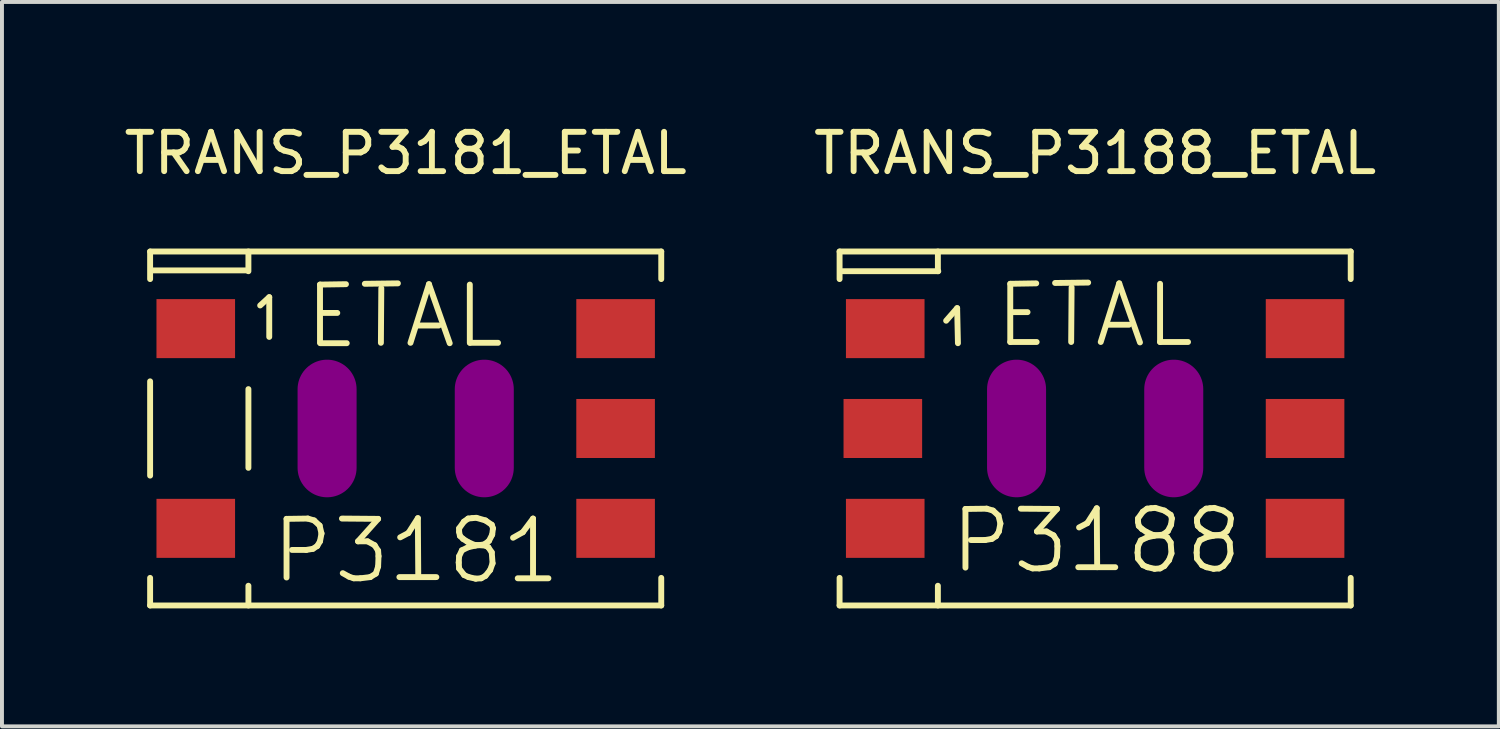
<source format=kicad_pcb>
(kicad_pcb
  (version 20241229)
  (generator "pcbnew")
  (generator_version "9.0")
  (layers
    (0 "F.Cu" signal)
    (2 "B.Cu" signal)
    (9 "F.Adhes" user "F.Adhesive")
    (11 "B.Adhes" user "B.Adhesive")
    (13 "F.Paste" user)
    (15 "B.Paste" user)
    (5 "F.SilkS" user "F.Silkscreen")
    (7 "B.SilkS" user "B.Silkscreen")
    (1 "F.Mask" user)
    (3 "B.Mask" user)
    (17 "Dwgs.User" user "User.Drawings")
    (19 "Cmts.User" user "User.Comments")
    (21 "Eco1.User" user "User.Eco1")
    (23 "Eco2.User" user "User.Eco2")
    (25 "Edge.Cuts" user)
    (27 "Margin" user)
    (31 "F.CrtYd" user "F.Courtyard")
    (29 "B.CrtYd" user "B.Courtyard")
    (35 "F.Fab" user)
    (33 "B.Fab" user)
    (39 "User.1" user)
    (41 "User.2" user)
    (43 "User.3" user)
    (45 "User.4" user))
  (footprint "TRANS_P3188_ETAL"
    (layer "F.Cu")
    (at 24.804 7.848)
    (property "Reference" "TRANS_P3188_ETAL" (at 0 -7 0) (layer "F.SilkS") (effects (font (size 1 1) (thickness 0.15))))
    (attr smd)
    (fp_line (start -6.5 -4.501) (end -6.5 -3.8) (stroke (width 0.15) (type solid)) (layer "F.SilkS"))
    (fp_line (start -6.5 3.8) (end -6.5 4.501) (stroke (width 0.15) (type solid)) (layer "F.SilkS"))
    (fp_line (start -6.5 4.501) (end 6.5 4.501) (stroke (width 0.15) (type solid)) (layer "F.SilkS"))
    (fp_line (start -4 -4.501) (end -4 -4) (stroke (width 0.15) (type solid)) (layer "F.SilkS"))
    (fp_line (start -4 4.501) (end -4 4) (stroke (width 0.15) (type solid)) (layer "F.SilkS"))
    (fp_line (start -3.99 -4) (end -6.421 -4) (stroke (width 0.15) (type solid)) (layer "F.SilkS"))
    (fp_line (start -3.79 -2.741) (end -3.51 -3.061) (stroke (width 0.15) (type solid)) (layer "F.SilkS"))
    (fp_line (start -3.51 -3.061) (end -3.49 -2.169) (stroke (width 0.15) (type solid)) (layer "F.SilkS"))
    (fp_line (start -3.299 2.047) (end -2.758 2.04) (stroke (width 0.15) (type solid)) (layer "F.SilkS"))
    (fp_line (start -3.299 3.538) (end -3.299 2.047) (stroke (width 0.15) (type solid)) (layer "F.SilkS"))
    (fp_line (start -2.799 2.837) (end -3.16 2.837) (stroke (width 0.15) (type solid)) (layer "F.SilkS"))
    (fp_line (start -2.758 2.04) (end -2.598 2.088) (stroke (width 0.15) (type solid)) (layer "F.SilkS"))
    (fp_line (start -2.629 2.809) (end -2.799 2.837) (stroke (width 0.15) (type solid)) (layer "F.SilkS"))
    (fp_line (start -2.598 2.088) (end -2.459 2.217) (stroke (width 0.15) (type solid)) (layer "F.SilkS"))
    (fp_line (start -2.52 2.738) (end -2.629 2.809) (stroke (width 0.15) (type solid)) (layer "F.SilkS"))
    (fp_line (start -2.459 2.217) (end -2.41 2.418) (stroke (width 0.15) (type solid)) (layer "F.SilkS"))
    (fp_line (start -2.449 2.619) (end -2.52 2.738) (stroke (width 0.15) (type solid)) (layer "F.SilkS"))
    (fp_line (start -2.41 2.418) (end -2.449 2.619) (stroke (width 0.15) (type solid)) (layer "F.SilkS"))
    (fp_line (start -2.159 -3.68) (end -2.159 -2.2) (stroke (width 0.15) (type solid)) (layer "F.SilkS"))
    (fp_line (start -2.159 -2.2) (end -1.488 -2.2) (stroke (width 0.15) (type solid)) (layer "F.SilkS"))
    (fp_line (start -2.129 -2.959) (end -1.72 -2.959) (stroke (width 0.15) (type solid)) (layer "F.SilkS"))
    (fp_line (start -1.89 2.04) (end -0.97 2.047) (stroke (width 0.15) (type solid)) (layer "F.SilkS"))
    (fp_line (start -1.709 3.518) (end -1.869 3.429) (stroke (width 0.15) (type solid)) (layer "F.SilkS"))
    (fp_line (start -1.59 3.559) (end -1.709 3.518) (stroke (width 0.15) (type solid)) (layer "F.SilkS"))
    (fp_line (start -1.499 -3.691) (end -2.159 -3.68) (stroke (width 0.15) (type solid)) (layer "F.SilkS"))
    (fp_line (start -1.481 2.619) (end -1.24 2.619) (stroke (width 0.15) (type solid)) (layer "F.SilkS"))
    (fp_line (start -1.42 3.559) (end -1.59 3.559) (stroke (width 0.15) (type solid)) (layer "F.SilkS"))
    (fp_line (start -1.24 2.619) (end -1.059 2.718) (stroke (width 0.15) (type solid)) (layer "F.SilkS"))
    (fp_line (start -1.171 3.528) (end -1.42 3.559) (stroke (width 0.15) (type solid)) (layer "F.SilkS"))
    (fp_line (start -1.059 2.718) (end -0.97 2.857) (stroke (width 0.15) (type solid)) (layer "F.SilkS"))
    (fp_line (start -1.029 3.439) (end -1.171 3.528) (stroke (width 0.15) (type solid)) (layer "F.SilkS"))
    (fp_line (start -1.019 -3.701) (end -0.178 -3.711) (stroke (width 0.15) (type solid)) (layer "F.SilkS"))
    (fp_line (start -0.97 2.047) (end -1.481 2.619) (stroke (width 0.15) (type solid)) (layer "F.SilkS"))
    (fp_line (start -0.97 2.857) (end -0.96 2.997) (stroke (width 0.15) (type solid)) (layer "F.SilkS"))
    (fp_line (start -0.97 3.259) (end -1.029 3.439) (stroke (width 0.15) (type solid)) (layer "F.SilkS"))
    (fp_line (start -0.96 2.997) (end -0.97 3.259) (stroke (width 0.15) (type solid)) (layer "F.SilkS"))
    (fp_line (start -0.61 -2.2) (end -0.599 -3.589) (stroke (width 0.15) (type solid)) (layer "F.SilkS"))
    (fp_line (start -0.429 3.528) (end 0.511 3.528) (stroke (width 0.15) (type solid)) (layer "F.SilkS"))
    (fp_line (start -0.409 2.517) (end -0.201 2.408) (stroke (width 0.15) (type solid)) (layer "F.SilkS"))
    (fp_line (start -0.201 2.408) (end 0.041 2.029) (stroke (width 0.15) (type solid)) (layer "F.SilkS"))
    (fp_line (start 0.041 2.029) (end 0.051 3.528) (stroke (width 0.15) (type solid)) (layer "F.SilkS"))
    (fp_line (start 0.142 -2.2) (end 0.612 -3.691) (stroke (width 0.15) (type solid)) (layer "F.SilkS"))
    (fp_line (start 0.32 -2.639) (end 0.861 -2.639) (stroke (width 0.15) (type solid)) (layer "F.SilkS"))
    (fp_line (start 0.612 -3.691) (end 1.14 -2.189) (stroke (width 0.15) (type solid)) (layer "F.SilkS"))
    (fp_line (start 1.079 3.157) (end 1.09 2.997) (stroke (width 0.15) (type solid)) (layer "F.SilkS"))
    (fp_line (start 1.09 2.289) (end 1.09 2.377) (stroke (width 0.15) (type solid)) (layer "F.SilkS"))
    (fp_line (start 1.09 2.377) (end 1.11 2.479) (stroke (width 0.15) (type solid)) (layer "F.SilkS"))
    (fp_line (start 1.09 2.997) (end 1.161 2.847) (stroke (width 0.15) (type solid)) (layer "F.SilkS"))
    (fp_line (start 1.09 3.31) (end 1.079 3.157) (stroke (width 0.15) (type solid)) (layer "F.SilkS"))
    (fp_line (start 1.11 2.479) (end 1.191 2.558) (stroke (width 0.15) (type solid)) (layer "F.SilkS"))
    (fp_line (start 1.161 2.847) (end 1.321 2.769) (stroke (width 0.15) (type solid)) (layer "F.SilkS"))
    (fp_line (start 1.191 2.558) (end 1.3 2.629) (stroke (width 0.15) (type solid)) (layer "F.SilkS"))
    (fp_line (start 1.212 2.118) (end 1.09 2.289) (stroke (width 0.15) (type solid)) (layer "F.SilkS"))
    (fp_line (start 1.219 3.477) (end 1.09 3.31) (stroke (width 0.15) (type solid)) (layer "F.SilkS"))
    (fp_line (start 1.3 2.629) (end 1.471 2.708) (stroke (width 0.15) (type solid)) (layer "F.SilkS"))
    (fp_line (start 1.321 2.04) (end 1.212 2.118) (stroke (width 0.15) (type solid)) (layer "F.SilkS"))
    (fp_line (start 1.321 2.769) (end 1.501 2.728) (stroke (width 0.15) (type solid)) (layer "F.SilkS"))
    (fp_line (start 1.331 3.528) (end 1.219 3.477) (stroke (width 0.15) (type solid)) (layer "F.SilkS"))
    (fp_line (start 1.42 2.029) (end 1.321 2.04) (stroke (width 0.15) (type solid)) (layer "F.SilkS"))
    (fp_line (start 1.471 2.708) (end 1.76 2.728) (stroke (width 0.15) (type solid)) (layer "F.SilkS"))
    (fp_line (start 1.501 2.728) (end 1.73 2.697) (stroke (width 0.15) (type solid)) (layer "F.SilkS"))
    (fp_line (start 1.511 3.569) (end 1.331 3.528) (stroke (width 0.15) (type solid)) (layer "F.SilkS"))
    (fp_line (start 1.529 2.019) (end 1.42 2.029) (stroke (width 0.15) (type solid)) (layer "F.SilkS"))
    (fp_line (start 1.651 -3.68) (end 1.651 -2.2) (stroke (width 0.15) (type solid)) (layer "F.SilkS"))
    (fp_line (start 1.651 -2.2) (end 2.362 -2.2) (stroke (width 0.15) (type solid)) (layer "F.SilkS"))
    (fp_line (start 1.651 3.559) (end 1.511 3.569) (stroke (width 0.15) (type solid)) (layer "F.SilkS"))
    (fp_line (start 1.73 2.697) (end 1.849 2.609) (stroke (width 0.15) (type solid)) (layer "F.SilkS"))
    (fp_line (start 1.76 2.088) (end 1.56 2.029) (stroke (width 0.15) (type solid)) (layer "F.SilkS"))
    (fp_line (start 1.76 2.728) (end 1.831 2.769) (stroke (width 0.15) (type solid)) (layer "F.SilkS"))
    (fp_line (start 1.76 3.498) (end 1.651 3.559) (stroke (width 0.15) (type solid)) (layer "F.SilkS"))
    (fp_line (start 1.831 2.769) (end 1.92 2.898) (stroke (width 0.15) (type solid)) (layer "F.SilkS"))
    (fp_line (start 1.849 2.609) (end 1.93 2.449) (stroke (width 0.15) (type solid)) (layer "F.SilkS"))
    (fp_line (start 1.88 3.348) (end 1.76 3.498) (stroke (width 0.15) (type solid)) (layer "F.SilkS"))
    (fp_line (start 1.92 2.197) (end 1.76 2.088) (stroke (width 0.15) (type solid)) (layer "F.SilkS"))
    (fp_line (start 1.92 2.898) (end 1.941 3.178) (stroke (width 0.15) (type solid)) (layer "F.SilkS"))
    (fp_line (start 1.93 2.449) (end 1.951 2.289) (stroke (width 0.15) (type solid)) (layer "F.SilkS"))
    (fp_line (start 1.941 3.178) (end 1.88 3.348) (stroke (width 0.15) (type solid)) (layer "F.SilkS"))
    (fp_line (start 1.951 2.289) (end 1.92 2.197) (stroke (width 0.15) (type solid)) (layer "F.SilkS"))
    (fp_line (start 2.581 3.157) (end 2.591 2.997) (stroke (width 0.15) (type solid)) (layer "F.SilkS"))
    (fp_line (start 2.591 2.289) (end 2.591 2.377) (stroke (width 0.15) (type solid)) (layer "F.SilkS"))
    (fp_line (start 2.591 2.377) (end 2.611 2.479) (stroke (width 0.15) (type solid)) (layer "F.SilkS"))
    (fp_line (start 2.591 2.997) (end 2.662 2.847) (stroke (width 0.15) (type solid)) (layer "F.SilkS"))
    (fp_line (start 2.591 3.31) (end 2.581 3.157) (stroke (width 0.15) (type solid)) (layer "F.SilkS"))
    (fp_line (start 2.611 2.479) (end 2.692 2.558) (stroke (width 0.15) (type solid)) (layer "F.SilkS"))
    (fp_line (start 2.662 2.847) (end 2.822 2.769) (stroke (width 0.15) (type solid)) (layer "F.SilkS"))
    (fp_line (start 2.692 2.558) (end 2.802 2.629) (stroke (width 0.15) (type solid)) (layer "F.SilkS"))
    (fp_line (start 2.713 2.118) (end 2.591 2.289) (stroke (width 0.15) (type solid)) (layer "F.SilkS"))
    (fp_line (start 2.72 3.477) (end 2.591 3.31) (stroke (width 0.15) (type solid)) (layer "F.SilkS"))
    (fp_line (start 2.802 2.629) (end 2.972 2.708) (stroke (width 0.15) (type solid)) (layer "F.SilkS"))
    (fp_line (start 2.822 2.04) (end 2.713 2.118) (stroke (width 0.15) (type solid)) (layer "F.SilkS"))
    (fp_line (start 2.822 2.769) (end 3.002 2.728) (stroke (width 0.15) (type solid)) (layer "F.SilkS"))
    (fp_line (start 2.832 3.528) (end 2.72 3.477) (stroke (width 0.15) (type solid)) (layer "F.SilkS"))
    (fp_line (start 2.921 2.029) (end 2.822 2.04) (stroke (width 0.15) (type solid)) (layer "F.SilkS"))
    (fp_line (start 2.972 2.708) (end 3.261 2.728) (stroke (width 0.15) (type solid)) (layer "F.SilkS"))
    (fp_line (start 3.002 2.728) (end 3.231 2.697) (stroke (width 0.15) (type solid)) (layer "F.SilkS"))
    (fp_line (start 3.012 3.569) (end 2.832 3.528) (stroke (width 0.15) (type solid)) (layer "F.SilkS"))
    (fp_line (start 3.03 2.019) (end 2.921 2.029) (stroke (width 0.15) (type solid)) (layer "F.SilkS"))
    (fp_line (start 3.152 3.559) (end 3.012 3.569) (stroke (width 0.15) (type solid)) (layer "F.SilkS"))
    (fp_line (start 3.231 2.697) (end 3.35 2.609) (stroke (width 0.15) (type solid)) (layer "F.SilkS"))
    (fp_line (start 3.261 2.088) (end 3.061 2.029) (stroke (width 0.15) (type solid)) (layer "F.SilkS"))
    (fp_line (start 3.261 2.728) (end 3.332 2.769) (stroke (width 0.15) (type solid)) (layer "F.SilkS"))
    (fp_line (start 3.261 3.498) (end 3.152 3.559) (stroke (width 0.15) (type solid)) (layer "F.SilkS"))
    (fp_line (start 3.332 2.769) (end 3.421 2.898) (stroke (width 0.15) (type solid)) (layer "F.SilkS"))
    (fp_line (start 3.35 2.609) (end 3.432 2.449) (stroke (width 0.15) (type solid)) (layer "F.SilkS"))
    (fp_line (start 3.381 3.348) (end 3.261 3.498) (stroke (width 0.15) (type solid)) (layer "F.SilkS"))
    (fp_line (start 3.421 2.197) (end 3.261 2.088) (stroke (width 0.15) (type solid)) (layer "F.SilkS"))
    (fp_line (start 3.421 2.898) (end 3.442 3.178) (stroke (width 0.15) (type solid)) (layer "F.SilkS"))
    (fp_line (start 3.432 2.449) (end 3.452 2.289) (stroke (width 0.15) (type solid)) (layer "F.SilkS"))
    (fp_line (start 3.442 3.178) (end 3.381 3.348) (stroke (width 0.15) (type solid)) (layer "F.SilkS"))
    (fp_line (start 3.452 2.289) (end 3.421 2.197) (stroke (width 0.15) (type solid)) (layer "F.SilkS"))
    (fp_line (start 6.5 -4.501) (end -6.5 -4.501) (stroke (width 0.15) (type solid)) (layer "F.SilkS"))
    (fp_line (start 6.5 -4.501) (end 6.5 -3.8) (stroke (width 0.15) (type solid)) (layer "F.SilkS"))
    (fp_line (start 6.5 3.8) (end 6.5 4.501) (stroke (width 0.15) (type solid)) (layer "F.SilkS"))
    (pad "" smd oval (at -1.999 0 90) (size 3.5 1.501) (layers "F.Adhes"))
    (pad "" smd oval (at 1.999 0 90) (size 3.5 1.501) (layers "F.Adhes"))
    (pad "1" smd rect (at -5.339 -2.54) (size 1.999 1.501) (layers "F.Cu" "F.Mask" "F.Paste"))
    (pad "2" smd rect (at -5.4 0) (size 1.999 1.501) (layers "F.Cu" "F.Mask" "F.Paste"))
    (pad "2" smd rect (at -5.339 2.54) (size 1.999 1.501) (layers "F.Cu" "F.Mask" "F.Paste"))
    (pad "3" smd rect (at 5.339 2.54) (size 1.999 1.501) (layers "F.Cu" "F.Mask" "F.Paste"))
    (pad "4" smd rect (at 5.339 0) (size 1.999 1.501) (layers "F.Cu" "F.Mask" "F.Paste"))
    (pad "5" smd rect (at 5.339 -2.54) (size 1.999 1.501) (layers "F.Cu" "F.Mask" "F.Paste")))
  (footprint "TRANS_P3181_ETAL"
    (layer "F.Cu")
    (at 7.268 7.848)
    (property "Reference" "TRANS_P3181_ETAL" (at 0 -7 0) (layer "F.SilkS") (effects (font (size 1 1) (thickness 0.15))))
    (attr smd)
    (fp_line (start -6.5 -4.501) (end -6.5 -3.8) (stroke (width 0.15) (type solid)) (layer "F.SilkS"))
    (fp_line (start -6.5 -1.199) (end -6.5 1.199) (stroke (width 0.15) (type solid)) (layer "F.SilkS"))
    (fp_line (start -6.5 3.8) (end -6.5 4.501) (stroke (width 0.15) (type solid)) (layer "F.SilkS"))
    (fp_line (start -6.5 4.501) (end 6.5 4.501) (stroke (width 0.15) (type solid)) (layer "F.SilkS"))
    (fp_line (start -4.021 -4.021) (end -6.459 -4.021) (stroke (width 0.15) (type solid)) (layer "F.SilkS"))
    (fp_line (start -4 -4.501) (end -4 -4) (stroke (width 0.15) (type solid)) (layer "F.SilkS"))
    (fp_line (start -4 -1.001) (end -4 1.001) (stroke (width 0.15) (type solid)) (layer "F.SilkS"))
    (fp_line (start -4 4.501) (end -4 4) (stroke (width 0.15) (type solid)) (layer "F.SilkS"))
    (fp_line (start -3.701 -3.129) (end -3.47 -3.34) (stroke (width 0.15) (type solid)) (layer "F.SilkS"))
    (fp_line (start -3.47 -3.34) (end -3.47 -2.329) (stroke (width 0.15) (type solid)) (layer "F.SilkS"))
    (fp_line (start -3.03 2.299) (end -2.489 2.291) (stroke (width 0.15) (type solid)) (layer "F.SilkS"))
    (fp_line (start -3.03 3.79) (end -3.03 2.299) (stroke (width 0.15) (type solid)) (layer "F.SilkS"))
    (fp_line (start -2.53 3.089) (end -2.891 3.089) (stroke (width 0.15) (type solid)) (layer "F.SilkS"))
    (fp_line (start -2.489 2.291) (end -2.329 2.339) (stroke (width 0.15) (type solid)) (layer "F.SilkS"))
    (fp_line (start -2.36 3.061) (end -2.53 3.089) (stroke (width 0.15) (type solid)) (layer "F.SilkS"))
    (fp_line (start -2.329 2.339) (end -2.189 2.469) (stroke (width 0.15) (type solid)) (layer "F.SilkS"))
    (fp_line (start -2.25 2.99) (end -2.36 3.061) (stroke (width 0.15) (type solid)) (layer "F.SilkS"))
    (fp_line (start -2.189 2.469) (end -2.141 2.67) (stroke (width 0.15) (type solid)) (layer "F.SilkS"))
    (fp_line (start -2.179 -3.66) (end -2.179 -2.179) (stroke (width 0.15) (type solid)) (layer "F.SilkS"))
    (fp_line (start -2.179 2.87) (end -2.25 2.99) (stroke (width 0.15) (type solid)) (layer "F.SilkS"))
    (fp_line (start -2.169 -2.169) (end -1.499 -2.169) (stroke (width 0.15) (type solid)) (layer "F.SilkS"))
    (fp_line (start -2.149 -2.939) (end -1.74 -2.939) (stroke (width 0.15) (type solid)) (layer "F.SilkS"))
    (fp_line (start -2.141 2.67) (end -2.179 2.87) (stroke (width 0.15) (type solid)) (layer "F.SilkS"))
    (fp_line (start -1.621 2.291) (end -0.701 2.299) (stroke (width 0.15) (type solid)) (layer "F.SilkS"))
    (fp_line (start -1.519 -3.67) (end -2.179 -3.66) (stroke (width 0.15) (type solid)) (layer "F.SilkS"))
    (fp_line (start -1.44 3.769) (end -1.6 3.68) (stroke (width 0.15) (type solid)) (layer "F.SilkS"))
    (fp_line (start -1.321 3.81) (end -1.44 3.769) (stroke (width 0.15) (type solid)) (layer "F.SilkS"))
    (fp_line (start -1.212 2.87) (end -0.97 2.87) (stroke (width 0.15) (type solid)) (layer "F.SilkS"))
    (fp_line (start -1.151 3.81) (end -1.321 3.81) (stroke (width 0.15) (type solid)) (layer "F.SilkS"))
    (fp_line (start -1.039 -3.68) (end -0.198 -3.691) (stroke (width 0.15) (type solid)) (layer "F.SilkS"))
    (fp_line (start -0.97 2.87) (end -0.79 2.969) (stroke (width 0.15) (type solid)) (layer "F.SilkS"))
    (fp_line (start -0.902 3.78) (end -1.151 3.81) (stroke (width 0.15) (type solid)) (layer "F.SilkS"))
    (fp_line (start -0.79 2.969) (end -0.701 3.109) (stroke (width 0.15) (type solid)) (layer "F.SilkS"))
    (fp_line (start -0.759 3.691) (end -0.902 3.78) (stroke (width 0.15) (type solid)) (layer "F.SilkS"))
    (fp_line (start -0.701 2.299) (end -1.212 2.87) (stroke (width 0.15) (type solid)) (layer "F.SilkS"))
    (fp_line (start -0.701 3.109) (end -0.691 3.249) (stroke (width 0.15) (type solid)) (layer "F.SilkS"))
    (fp_line (start -0.701 3.51) (end -0.759 3.691) (stroke (width 0.15) (type solid)) (layer "F.SilkS"))
    (fp_line (start -0.691 3.249) (end -0.701 3.51) (stroke (width 0.15) (type solid)) (layer "F.SilkS"))
    (fp_line (start -0.63 -2.179) (end -0.62 -3.569) (stroke (width 0.15) (type solid)) (layer "F.SilkS"))
    (fp_line (start -0.16 3.78) (end 0.78 3.78) (stroke (width 0.15) (type solid)) (layer "F.SilkS"))
    (fp_line (start -0.14 2.769) (end 0.069 2.659) (stroke (width 0.15) (type solid)) (layer "F.SilkS"))
    (fp_line (start 0.069 2.659) (end 0.31 2.281) (stroke (width 0.15) (type solid)) (layer "F.SilkS"))
    (fp_line (start 0.122 -2.179) (end 0.592 -3.67) (stroke (width 0.15) (type solid)) (layer "F.SilkS"))
    (fp_line (start 0.3 -2.619) (end 0.841 -2.619) (stroke (width 0.15) (type solid)) (layer "F.SilkS"))
    (fp_line (start 0.31 2.281) (end 0.32 3.78) (stroke (width 0.15) (type solid)) (layer "F.SilkS"))
    (fp_line (start 0.592 -3.67) (end 1.12 -2.169) (stroke (width 0.15) (type solid)) (layer "F.SilkS"))
    (fp_line (start 1.349 3.409) (end 1.359 3.249) (stroke (width 0.15) (type solid)) (layer "F.SilkS"))
    (fp_line (start 1.359 2.54) (end 1.359 2.629) (stroke (width 0.15) (type solid)) (layer "F.SilkS"))
    (fp_line (start 1.359 2.629) (end 1.379 2.731) (stroke (width 0.15) (type solid)) (layer "F.SilkS"))
    (fp_line (start 1.359 3.249) (end 1.43 3.099) (stroke (width 0.15) (type solid)) (layer "F.SilkS"))
    (fp_line (start 1.359 3.561) (end 1.349 3.409) (stroke (width 0.15) (type solid)) (layer "F.SilkS"))
    (fp_line (start 1.379 2.731) (end 1.46 2.809) (stroke (width 0.15) (type solid)) (layer "F.SilkS"))
    (fp_line (start 1.43 3.099) (end 1.59 3.02) (stroke (width 0.15) (type solid)) (layer "F.SilkS"))
    (fp_line (start 1.46 2.809) (end 1.57 2.88) (stroke (width 0.15) (type solid)) (layer "F.SilkS"))
    (fp_line (start 1.481 2.37) (end 1.359 2.54) (stroke (width 0.15) (type solid)) (layer "F.SilkS"))
    (fp_line (start 1.488 3.729) (end 1.359 3.561) (stroke (width 0.15) (type solid)) (layer "F.SilkS"))
    (fp_line (start 1.57 2.88) (end 1.74 2.959) (stroke (width 0.15) (type solid)) (layer "F.SilkS"))
    (fp_line (start 1.59 2.291) (end 1.481 2.37) (stroke (width 0.15) (type solid)) (layer "F.SilkS"))
    (fp_line (start 1.59 3.02) (end 1.77 2.979) (stroke (width 0.15) (type solid)) (layer "F.SilkS"))
    (fp_line (start 1.6 3.78) (end 1.488 3.729) (stroke (width 0.15) (type solid)) (layer "F.SilkS"))
    (fp_line (start 1.631 -3.66) (end 1.631 -2.179) (stroke (width 0.15) (type solid)) (layer "F.SilkS"))
    (fp_line (start 1.638 -2.179) (end 2.349 -2.179) (stroke (width 0.15) (type solid)) (layer "F.SilkS"))
    (fp_line (start 1.689 2.281) (end 1.59 2.291) (stroke (width 0.15) (type solid)) (layer "F.SilkS"))
    (fp_line (start 1.74 2.959) (end 2.029 2.979) (stroke (width 0.15) (type solid)) (layer "F.SilkS"))
    (fp_line (start 1.77 2.979) (end 1.999 2.949) (stroke (width 0.15) (type solid)) (layer "F.SilkS"))
    (fp_line (start 1.781 3.82) (end 1.6 3.78) (stroke (width 0.15) (type solid)) (layer "F.SilkS"))
    (fp_line (start 1.798 2.271) (end 1.689 2.281) (stroke (width 0.15) (type solid)) (layer "F.SilkS"))
    (fp_line (start 1.92 3.81) (end 1.781 3.82) (stroke (width 0.15) (type solid)) (layer "F.SilkS"))
    (fp_line (start 1.999 2.949) (end 2.118 2.86) (stroke (width 0.15) (type solid)) (layer "F.SilkS"))
    (fp_line (start 2.029 2.339) (end 1.829 2.281) (stroke (width 0.15) (type solid)) (layer "F.SilkS"))
    (fp_line (start 2.029 2.979) (end 2.101 3.02) (stroke (width 0.15) (type solid)) (layer "F.SilkS"))
    (fp_line (start 2.029 3.749) (end 1.92 3.81) (stroke (width 0.15) (type solid)) (layer "F.SilkS"))
    (fp_line (start 2.101 3.02) (end 2.189 3.15) (stroke (width 0.15) (type solid)) (layer "F.SilkS"))
    (fp_line (start 2.118 2.86) (end 2.2 2.7) (stroke (width 0.15) (type solid)) (layer "F.SilkS"))
    (fp_line (start 2.149 3.599) (end 2.029 3.749) (stroke (width 0.15) (type solid)) (layer "F.SilkS"))
    (fp_line (start 2.189 2.449) (end 2.029 2.339) (stroke (width 0.15) (type solid)) (layer "F.SilkS"))
    (fp_line (start 2.189 3.15) (end 2.21 3.429) (stroke (width 0.15) (type solid)) (layer "F.SilkS"))
    (fp_line (start 2.2 2.7) (end 2.22 2.54) (stroke (width 0.15) (type solid)) (layer "F.SilkS"))
    (fp_line (start 2.21 3.429) (end 2.149 3.599) (stroke (width 0.15) (type solid)) (layer "F.SilkS"))
    (fp_line (start 2.22 2.54) (end 2.189 2.449) (stroke (width 0.15) (type solid)) (layer "F.SilkS"))
    (fp_line (start 2.731 2.779) (end 2.979 2.639) (stroke (width 0.15) (type solid)) (layer "F.SilkS"))
    (fp_line (start 2.85 3.81) (end 3.63 3.81) (stroke (width 0.15) (type solid)) (layer "F.SilkS"))
    (fp_line (start 2.979 2.639) (end 3.239 2.291) (stroke (width 0.15) (type solid)) (layer "F.SilkS"))
    (fp_line (start 3.239 2.291) (end 3.239 3.78) (stroke (width 0.15) (type solid)) (layer "F.SilkS"))
    (fp_line (start 6.5 -4.501) (end -6.5 -4.501) (stroke (width 0.15) (type solid)) (layer "F.SilkS"))
    (fp_line (start 6.5 -4.501) (end 6.5 -3.8) (stroke (width 0.15) (type solid)) (layer "F.SilkS"))
    (fp_line (start 6.5 3.8) (end 6.5 4.501) (stroke (width 0.15) (type solid)) (layer "F.SilkS"))
    (pad "" smd oval (at -1.999 0 90) (size 3.5 1.501) (layers "F.Adhes"))
    (pad "" smd oval (at 1.999 0 90) (size 3.5 1.501) (layers "F.Adhes"))
    (pad "1" smd rect (at -5.339 -2.54) (size 1.999 1.501) (layers "F.Cu" "F.Mask" "F.Paste"))
    (pad "2" smd rect (at -5.339 2.54) (size 1.999 1.501) (layers "F.Cu" "F.Mask" "F.Paste"))
    (pad "3" smd rect (at 5.339 2.54) (size 1.999 1.501) (layers "F.Cu" "F.Mask" "F.Paste"))
    (pad "4" smd rect (at 5.339 0) (size 1.999 1.501) (layers "F.Cu" "F.Mask" "F.Paste"))
    (pad "5" smd rect (at 5.339 -2.54) (size 1.999 1.501) (layers "F.Cu" "F.Mask" "F.Paste")))
  (gr_rect
    (start -3 -3)
    (end 35.071 15.424)
    (stroke (width 0.1) (type default))
    (fill no)
    (layer "Edge.Cuts")))
</source>
